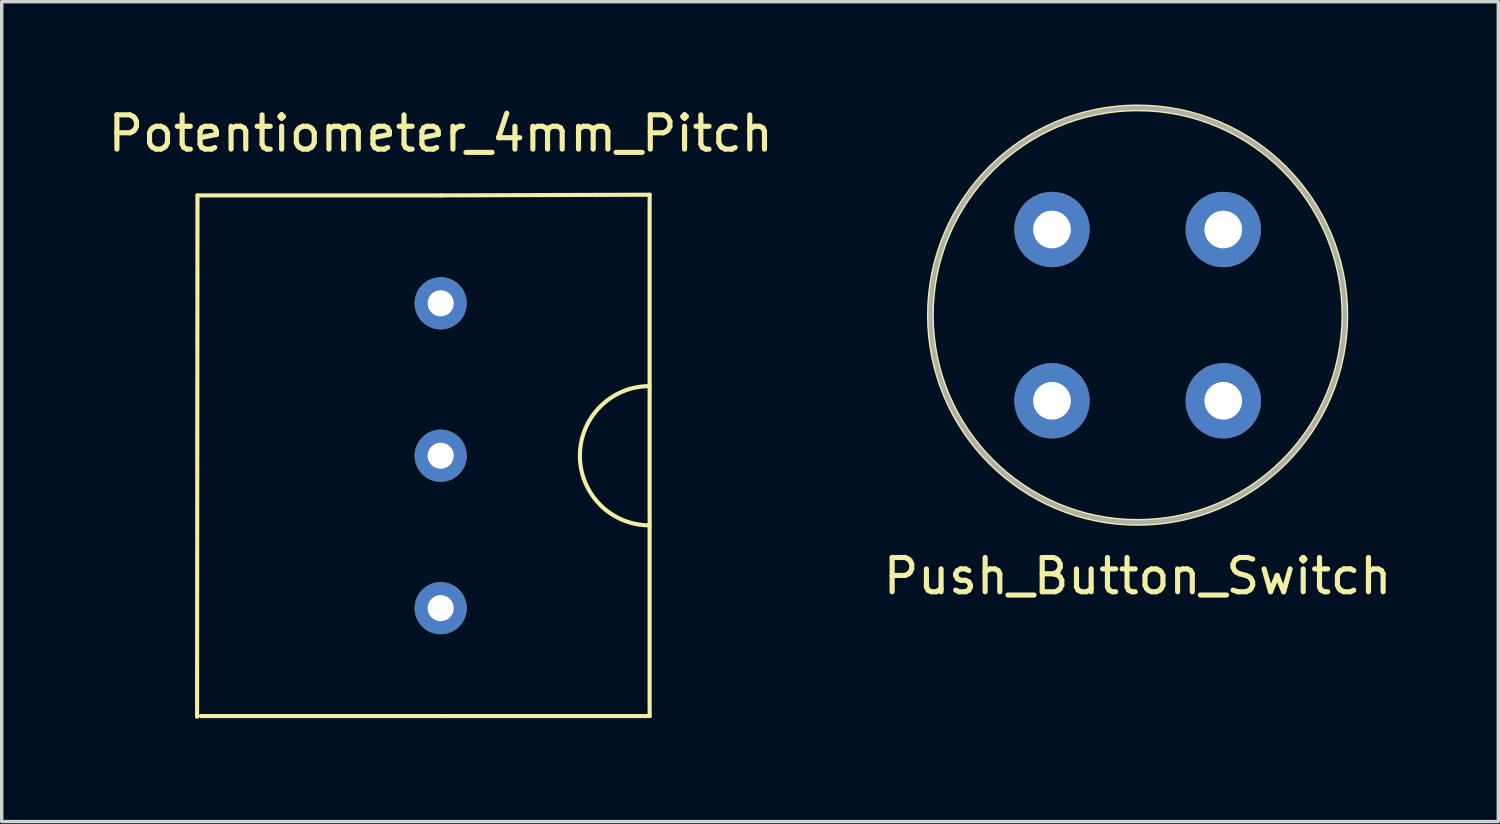
<source format=kicad_pcb>
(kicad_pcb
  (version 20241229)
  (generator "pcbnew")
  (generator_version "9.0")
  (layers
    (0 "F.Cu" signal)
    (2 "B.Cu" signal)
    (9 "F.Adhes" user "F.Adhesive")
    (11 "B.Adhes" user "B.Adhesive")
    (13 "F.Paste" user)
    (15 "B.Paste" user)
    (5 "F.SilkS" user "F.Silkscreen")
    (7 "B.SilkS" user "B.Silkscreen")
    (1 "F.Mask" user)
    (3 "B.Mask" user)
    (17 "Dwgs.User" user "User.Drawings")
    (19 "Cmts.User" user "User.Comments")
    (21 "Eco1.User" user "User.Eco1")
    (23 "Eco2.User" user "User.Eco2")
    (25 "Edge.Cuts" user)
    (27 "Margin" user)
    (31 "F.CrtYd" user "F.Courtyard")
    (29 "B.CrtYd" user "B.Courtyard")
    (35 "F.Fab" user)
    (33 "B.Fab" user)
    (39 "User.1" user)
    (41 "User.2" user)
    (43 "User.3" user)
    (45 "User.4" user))
  (footprint "Push_Button_Switch"
    (layer "F.Cu")
    (at 30.161 6.15)
    (property "Reference" "Push_Button_Switch" (at 0 7.62 0) (layer "F.SilkS") (effects (font (size 1 1) (thickness 0.15))))
    (attr through_hole)
    (fp_circle (center 0 0) (end 6.05 0) (stroke (width 0.2) (type solid)) (fill no) (layer "F.SilkS"))
    (fp_circle (center 0 0) (end 6.05 0) (stroke (width 0.12) (type solid)) (fill no) (layer "F.Fab"))
    (pad "1" thru_hole circle (at -2.5 -2.5) (size 2.2 2.2) (drill 1.1) (layers "*.Cu" "*.Mask"))
    (pad "2" thru_hole circle (at -2.5 2.5) (size 2.2 2.2) (drill 1.1) (layers "*.Cu" "*.Mask"))
    (pad "3" thru_hole circle (at 2.5 -2.5) (size 2.2 2.2) (drill 1.1) (layers "*.Cu" "*.Mask"))
    (pad "4" thru_hole circle (at 2.5 2.5) (size 2.2 2.2) (drill 1.1) (layers "*.Cu" "*.Mask")))
  (footprint "Potentiometer_4mm_Pitch"
    (layer "F.Cu")
    (at 9.815 10.254)
    (property "Reference" "Potentiometer_4mm_Pitch" (at 0 -9.406 0) (layer "F.SilkS") (effects (font (size 1 1) (thickness 0.15))))
    (attr through_hole)
    (fp_line (start -7.1 -7.6) (end -7.112 7.62) (stroke (width 0.12) (type solid)) (layer "F.SilkS"))
    (fp_line (start 0 -7.6) (end -7.1 -7.6) (stroke (width 0.12) (type solid)) (layer "F.SilkS"))
    (fp_line (start 0 -7.6) (end 6.1 -7.62) (stroke (width 0.12) (type solid)) (layer "F.SilkS"))
    (fp_line (start 0 7.6) (end -7 7.6) (stroke (width 0.12) (type solid)) (layer "F.SilkS"))
    (fp_line (start 0 7.6) (end 6.1 7.6) (stroke (width 0.12) (type solid)) (layer "F.SilkS"))
    (fp_line (start 6.1 -7.62) (end 6.1 7.6) (stroke (width 0.12) (type solid)) (layer "F.SilkS"))
    (fp_arc (start 6.096 2.032) (mid 4.064 0) (end 6.096 -2.032) (stroke (width 0.12) (type solid)) (layer "F.SilkS"))
    (pad "1" thru_hole circle (at 0 -4.45) (size 1.524 1.524) (drill 0.762) (layers "*.Cu" "*.Mask"))
    (pad "2" thru_hole circle (at 0 0) (size 1.524 1.524) (drill 0.762) (layers "*.Cu" "*.Mask"))
    (pad "3" thru_hole circle (at 0 4.45) (size 1.524 1.524) (drill 0.762) (layers "*.Cu" "*.Mask")))
  (gr_rect
    (start -3 -3)
    (end 40.69 20.934)
    (stroke (width 0.1) (type default))
    (fill no)
    (layer "Edge.Cuts")))
</source>
